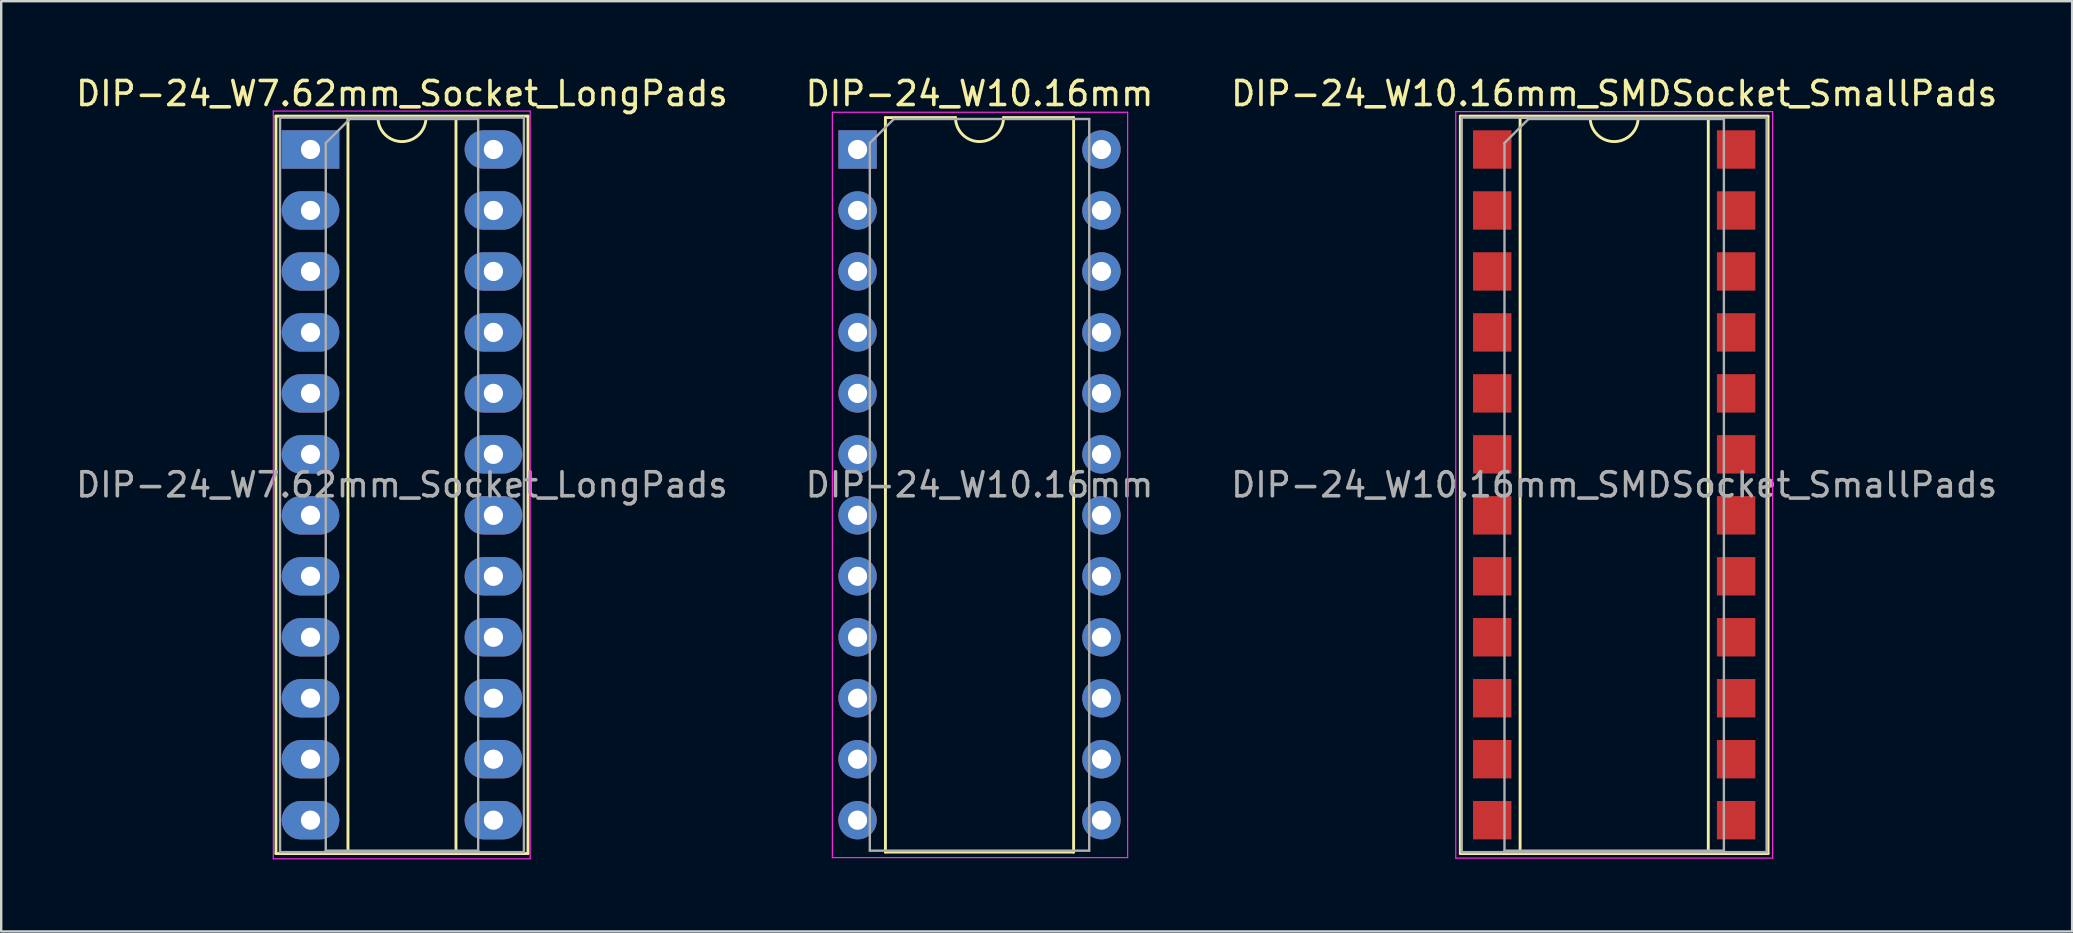
<source format=kicad_pcb>
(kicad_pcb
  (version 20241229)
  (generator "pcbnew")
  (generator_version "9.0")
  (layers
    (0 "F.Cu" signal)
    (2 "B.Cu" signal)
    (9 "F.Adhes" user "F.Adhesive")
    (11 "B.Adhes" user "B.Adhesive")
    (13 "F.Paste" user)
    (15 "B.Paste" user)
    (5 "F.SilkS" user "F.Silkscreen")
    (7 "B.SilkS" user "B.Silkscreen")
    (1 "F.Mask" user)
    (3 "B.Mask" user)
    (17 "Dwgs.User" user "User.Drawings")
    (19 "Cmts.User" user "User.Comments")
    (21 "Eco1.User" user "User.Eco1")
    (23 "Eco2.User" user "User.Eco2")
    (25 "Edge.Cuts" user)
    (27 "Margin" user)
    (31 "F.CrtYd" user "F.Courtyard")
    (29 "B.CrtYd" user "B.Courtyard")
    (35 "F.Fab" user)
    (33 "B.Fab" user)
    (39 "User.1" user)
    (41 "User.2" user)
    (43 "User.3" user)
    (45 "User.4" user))
  (footprint "DIP-24_W10.16mm_SMDSocket_SmallPads"
    (layer "F.Cu")
    (at 64.196 17.148)
    (property "Reference" "DIP-24_W10.16mm_SMDSocket_SmallPads" (at 0 -16.3 0) (layer "F.SilkS") (effects (font (size 1 1) (thickness 0.15))))
    (attr smd)
    (fp_line (start -6.41 -15.36) (end -6.41 15.36) (stroke (width 0.12) (type solid)) (layer "F.SilkS"))
    (fp_line (start -6.41 15.36) (end 6.41 15.36) (stroke (width 0.12) (type solid)) (layer "F.SilkS"))
    (fp_line (start -3.92 -15.3) (end -3.92 15.3) (stroke (width 0.12) (type solid)) (layer "F.SilkS"))
    (fp_line (start -3.92 15.3) (end 3.92 15.3) (stroke (width 0.12) (type solid)) (layer "F.SilkS"))
    (fp_line (start -1 -15.3) (end -3.92 -15.3) (stroke (width 0.12) (type solid)) (layer "F.SilkS"))
    (fp_line (start 3.92 -15.3) (end 1 -15.3) (stroke (width 0.12) (type solid)) (layer "F.SilkS"))
    (fp_line (start 3.92 15.3) (end 3.92 -15.3) (stroke (width 0.12) (type solid)) (layer "F.SilkS"))
    (fp_line (start 6.41 -15.36) (end -6.41 -15.36) (stroke (width 0.12) (type solid)) (layer "F.SilkS"))
    (fp_line (start 6.41 15.36) (end 6.41 -15.36) (stroke (width 0.12) (type solid)) (layer "F.SilkS"))
    (fp_arc (start 1 -15.3) (mid 0 -14.3) (end -1 -15.3) (stroke (width 0.12) (type solid)) (layer "F.SilkS"))
    (fp_line (start -6.6 -15.55) (end -6.6 15.55) (stroke (width 0.05) (type solid)) (layer "F.CrtYd"))
    (fp_line (start -6.6 15.55) (end 6.6 15.55) (stroke (width 0.05) (type solid)) (layer "F.CrtYd"))
    (fp_line (start 6.6 -15.55) (end -6.6 -15.55) (stroke (width 0.05) (type solid)) (layer "F.CrtYd"))
    (fp_line (start 6.6 15.55) (end 6.6 -15.55) (stroke (width 0.05) (type solid)) (layer "F.CrtYd"))
    (fp_line (start -6.35 -15.3) (end -6.35 15.3) (stroke (width 0.1) (type solid)) (layer "F.Fab"))
    (fp_line (start -6.35 15.3) (end 6.35 15.3) (stroke (width 0.1) (type solid)) (layer "F.Fab"))
    (fp_line (start -4.57 -14.24) (end -3.57 -15.24) (stroke (width 0.1) (type solid)) (layer "F.Fab"))
    (fp_line (start -4.57 15.24) (end -4.57 -14.24) (stroke (width 0.1) (type solid)) (layer "F.Fab"))
    (fp_line (start -3.57 -15.24) (end 4.57 -15.24) (stroke (width 0.1) (type solid)) (layer "F.Fab"))
    (fp_line (start 4.57 -15.24) (end 4.57 15.24) (stroke (width 0.1) (type solid)) (layer "F.Fab"))
    (fp_line (start 4.57 15.24) (end -4.57 15.24) (stroke (width 0.1) (type solid)) (layer "F.Fab"))
    (fp_line (start 6.35 -15.3) (end -6.35 -15.3) (stroke (width 0.1) (type solid)) (layer "F.Fab"))
    (fp_line (start 6.35 15.3) (end 6.35 -15.3) (stroke (width 0.1) (type solid)) (layer "F.Fab"))
    (fp_text user "${REFERENCE}" (at 0 0 0) (layer "F.Fab") (effects (font (size 1 1) (thickness 0.15))))
    (pad "1" smd rect (at -5.08 -13.97) (size 1.6 1.6) (layers "F.Cu" "F.Mask" "F.Paste"))
    (pad "2" smd rect (at -5.08 -11.43) (size 1.6 1.6) (layers "F.Cu" "F.Mask" "F.Paste"))
    (pad "3" smd rect (at -5.08 -8.89) (size 1.6 1.6) (layers "F.Cu" "F.Mask" "F.Paste"))
    (pad "4" smd rect (at -5.08 -6.35) (size 1.6 1.6) (layers "F.Cu" "F.Mask" "F.Paste"))
    (pad "5" smd rect (at -5.08 -3.81) (size 1.6 1.6) (layers "F.Cu" "F.Mask" "F.Paste"))
    (pad "6" smd rect (at -5.08 -1.27) (size 1.6 1.6) (layers "F.Cu" "F.Mask" "F.Paste"))
    (pad "7" smd rect (at -5.08 1.27) (size 1.6 1.6) (layers "F.Cu" "F.Mask" "F.Paste"))
    (pad "8" smd rect (at -5.08 3.81) (size 1.6 1.6) (layers "F.Cu" "F.Mask" "F.Paste"))
    (pad "9" smd rect (at -5.08 6.35) (size 1.6 1.6) (layers "F.Cu" "F.Mask" "F.Paste"))
    (pad "10" smd rect (at -5.08 8.89) (size 1.6 1.6) (layers "F.Cu" "F.Mask" "F.Paste"))
    (pad "11" smd rect (at -5.08 11.43) (size 1.6 1.6) (layers "F.Cu" "F.Mask" "F.Paste"))
    (pad "12" smd rect (at -5.08 13.97) (size 1.6 1.6) (layers "F.Cu" "F.Mask" "F.Paste"))
    (pad "13" smd rect (at 5.08 13.97) (size 1.6 1.6) (layers "F.Cu" "F.Mask" "F.Paste"))
    (pad "14" smd rect (at 5.08 11.43) (size 1.6 1.6) (layers "F.Cu" "F.Mask" "F.Paste"))
    (pad "15" smd rect (at 5.08 8.89) (size 1.6 1.6) (layers "F.Cu" "F.Mask" "F.Paste"))
    (pad "16" smd rect (at 5.08 6.35) (size 1.6 1.6) (layers "F.Cu" "F.Mask" "F.Paste"))
    (pad "17" smd rect (at 5.08 3.81) (size 1.6 1.6) (layers "F.Cu" "F.Mask" "F.Paste"))
    (pad "18" smd rect (at 5.08 1.27) (size 1.6 1.6) (layers "F.Cu" "F.Mask" "F.Paste"))
    (pad "19" smd rect (at 5.08 -1.27) (size 1.6 1.6) (layers "F.Cu" "F.Mask" "F.Paste"))
    (pad "20" smd rect (at 5.08 -3.81) (size 1.6 1.6) (layers "F.Cu" "F.Mask" "F.Paste"))
    (pad "21" smd rect (at 5.08 -6.35) (size 1.6 1.6) (layers "F.Cu" "F.Mask" "F.Paste"))
    (pad "22" smd rect (at 5.08 -8.89) (size 1.6 1.6) (layers "F.Cu" "F.Mask" "F.Paste"))
    (pad "23" smd rect (at 5.08 -11.43) (size 1.6 1.6) (layers "F.Cu" "F.Mask" "F.Paste"))
    (pad "24" smd rect (at 5.08 -13.97) (size 1.6 1.6) (layers "F.Cu" "F.Mask" "F.Paste")))
  (footprint "DIP-24_W10.16mm"
    (layer "F.Cu")
    (at 32.676 3.178)
    (property "Reference" "DIP-24_W10.16mm" (at 5.08 -2.33 0) (layer "F.SilkS") (effects (font (size 1 1) (thickness 0.15))))
    (attr through_hole)
    (fp_line (start 1.16 -1.33) (end 1.16 29.27) (stroke (width 0.12) (type solid)) (layer "F.SilkS"))
    (fp_line (start 1.16 29.27) (end 9 29.27) (stroke (width 0.12) (type solid)) (layer "F.SilkS"))
    (fp_line (start 4.08 -1.33) (end 1.16 -1.33) (stroke (width 0.12) (type solid)) (layer "F.SilkS"))
    (fp_line (start 9 -1.33) (end 6.08 -1.33) (stroke (width 0.12) (type solid)) (layer "F.SilkS"))
    (fp_line (start 9 29.27) (end 9 -1.33) (stroke (width 0.12) (type solid)) (layer "F.SilkS"))
    (fp_arc (start 6.08 -1.33) (mid 5.08 -0.33) (end 4.08 -1.33) (stroke (width 0.12) (type solid)) (layer "F.SilkS"))
    (fp_line (start -1.05 -1.55) (end -1.05 29.5) (stroke (width 0.05) (type solid)) (layer "F.CrtYd"))
    (fp_line (start -1.05 29.5) (end 11.25 29.5) (stroke (width 0.05) (type solid)) (layer "F.CrtYd"))
    (fp_line (start 11.25 -1.55) (end -1.05 -1.55) (stroke (width 0.05) (type solid)) (layer "F.CrtYd"))
    (fp_line (start 11.25 29.5) (end 11.25 -1.55) (stroke (width 0.05) (type solid)) (layer "F.CrtYd"))
    (fp_line (start 0.51 -0.27) (end 1.51 -1.27) (stroke (width 0.1) (type solid)) (layer "F.Fab"))
    (fp_line (start 0.51 29.21) (end 0.51 -0.27) (stroke (width 0.1) (type solid)) (layer "F.Fab"))
    (fp_line (start 1.51 -1.27) (end 9.65 -1.27) (stroke (width 0.1) (type solid)) (layer "F.Fab"))
    (fp_line (start 9.65 -1.27) (end 9.65 29.21) (stroke (width 0.1) (type solid)) (layer "F.Fab"))
    (fp_line (start 9.65 29.21) (end 0.51 29.21) (stroke (width 0.1) (type solid)) (layer "F.Fab"))
    (fp_text user "${REFERENCE}" (at 5.08 13.97 0) (layer "F.Fab") (effects (font (size 1 1) (thickness 0.15))))
    (pad "1" thru_hole rect (at 0 0) (size 1.6 1.6) (drill 0.8) (layers "*.Cu" "*.Mask"))
    (pad "2" thru_hole oval (at 0 2.54) (size 1.6 1.6) (drill 0.8) (layers "*.Cu" "*.Mask"))
    (pad "3" thru_hole oval (at 0 5.08) (size 1.6 1.6) (drill 0.8) (layers "*.Cu" "*.Mask"))
    (pad "4" thru_hole oval (at 0 7.62) (size 1.6 1.6) (drill 0.8) (layers "*.Cu" "*.Mask"))
    (pad "5" thru_hole oval (at 0 10.16) (size 1.6 1.6) (drill 0.8) (layers "*.Cu" "*.Mask"))
    (pad "6" thru_hole oval (at 0 12.7) (size 1.6 1.6) (drill 0.8) (layers "*.Cu" "*.Mask"))
    (pad "7" thru_hole oval (at 0 15.24) (size 1.6 1.6) (drill 0.8) (layers "*.Cu" "*.Mask"))
    (pad "8" thru_hole oval (at 0 17.78) (size 1.6 1.6) (drill 0.8) (layers "*.Cu" "*.Mask"))
    (pad "9" thru_hole oval (at 0 20.32) (size 1.6 1.6) (drill 0.8) (layers "*.Cu" "*.Mask"))
    (pad "10" thru_hole oval (at 0 22.86) (size 1.6 1.6) (drill 0.8) (layers "*.Cu" "*.Mask"))
    (pad "11" thru_hole oval (at 0 25.4) (size 1.6 1.6) (drill 0.8) (layers "*.Cu" "*.Mask"))
    (pad "12" thru_hole oval (at 0 27.94) (size 1.6 1.6) (drill 0.8) (layers "*.Cu" "*.Mask"))
    (pad "13" thru_hole oval (at 10.16 27.94) (size 1.6 1.6) (drill 0.8) (layers "*.Cu" "*.Mask"))
    (pad "14" thru_hole oval (at 10.16 25.4) (size 1.6 1.6) (drill 0.8) (layers "*.Cu" "*.Mask"))
    (pad "15" thru_hole oval (at 10.16 22.86) (size 1.6 1.6) (drill 0.8) (layers "*.Cu" "*.Mask"))
    (pad "16" thru_hole oval (at 10.16 20.32) (size 1.6 1.6) (drill 0.8) (layers "*.Cu" "*.Mask"))
    (pad "17" thru_hole oval (at 10.16 17.78) (size 1.6 1.6) (drill 0.8) (layers "*.Cu" "*.Mask"))
    (pad "18" thru_hole oval (at 10.16 15.24) (size 1.6 1.6) (drill 0.8) (layers "*.Cu" "*.Mask"))
    (pad "19" thru_hole oval (at 10.16 12.7) (size 1.6 1.6) (drill 0.8) (layers "*.Cu" "*.Mask"))
    (pad "20" thru_hole oval (at 10.16 10.16) (size 1.6 1.6) (drill 0.8) (layers "*.Cu" "*.Mask"))
    (pad "21" thru_hole oval (at 10.16 7.62) (size 1.6 1.6) (drill 0.8) (layers "*.Cu" "*.Mask"))
    (pad "22" thru_hole oval (at 10.16 5.08) (size 1.6 1.6) (drill 0.8) (layers "*.Cu" "*.Mask"))
    (pad "23" thru_hole oval (at 10.16 2.54) (size 1.6 1.6) (drill 0.8) (layers "*.Cu" "*.Mask"))
    (pad "24" thru_hole oval (at 10.16 0) (size 1.6 1.6) (drill 0.8) (layers "*.Cu" "*.Mask")))
  (footprint "DIP-24_W7.62mm_Socket_LongPads"
    (layer "F.Cu")
    (at 9.886 3.178)
    (property "Reference" "DIP-24_W7.62mm_Socket_LongPads" (at 3.81 -2.33 0) (layer "F.SilkS") (effects (font (size 1 1) (thickness 0.15))))
    (attr through_hole)
    (fp_line (start -1.44 -1.39) (end -1.44 29.33) (stroke (width 0.12) (type solid)) (layer "F.SilkS"))
    (fp_line (start -1.44 29.33) (end 9.06 29.33) (stroke (width 0.12) (type solid)) (layer "F.SilkS"))
    (fp_line (start 1.56 -1.33) (end 1.56 29.27) (stroke (width 0.12) (type solid)) (layer "F.SilkS"))
    (fp_line (start 1.56 29.27) (end 6.06 29.27) (stroke (width 0.12) (type solid)) (layer "F.SilkS"))
    (fp_line (start 2.81 -1.33) (end 1.56 -1.33) (stroke (width 0.12) (type solid)) (layer "F.SilkS"))
    (fp_line (start 6.06 -1.33) (end 4.81 -1.33) (stroke (width 0.12) (type solid)) (layer "F.SilkS"))
    (fp_line (start 6.06 29.27) (end 6.06 -1.33) (stroke (width 0.12) (type solid)) (layer "F.SilkS"))
    (fp_line (start 9.06 -1.39) (end -1.44 -1.39) (stroke (width 0.12) (type solid)) (layer "F.SilkS"))
    (fp_line (start 9.06 29.33) (end 9.06 -1.39) (stroke (width 0.12) (type solid)) (layer "F.SilkS"))
    (fp_arc (start 4.81 -1.33) (mid 3.81 -0.33) (end 2.81 -1.33) (stroke (width 0.12) (type solid)) (layer "F.SilkS"))
    (fp_line (start -1.55 -1.6) (end -1.55 29.55) (stroke (width 0.05) (type solid)) (layer "F.CrtYd"))
    (fp_line (start -1.55 29.55) (end 9.15 29.55) (stroke (width 0.05) (type solid)) (layer "F.CrtYd"))
    (fp_line (start 9.15 -1.6) (end -1.55 -1.6) (stroke (width 0.05) (type solid)) (layer "F.CrtYd"))
    (fp_line (start 9.15 29.55) (end 9.15 -1.6) (stroke (width 0.05) (type solid)) (layer "F.CrtYd"))
    (fp_line (start -1.27 -1.33) (end -1.27 29.27) (stroke (width 0.1) (type solid)) (layer "F.Fab"))
    (fp_line (start -1.27 29.27) (end 8.89 29.27) (stroke (width 0.1) (type solid)) (layer "F.Fab"))
    (fp_line (start 0.635 -0.27) (end 1.635 -1.27) (stroke (width 0.1) (type solid)) (layer "F.Fab"))
    (fp_line (start 0.635 29.21) (end 0.635 -0.27) (stroke (width 0.1) (type solid)) (layer "F.Fab"))
    (fp_line (start 1.635 -1.27) (end 6.985 -1.27) (stroke (width 0.1) (type solid)) (layer "F.Fab"))
    (fp_line (start 6.985 -1.27) (end 6.985 29.21) (stroke (width 0.1) (type solid)) (layer "F.Fab"))
    (fp_line (start 6.985 29.21) (end 0.635 29.21) (stroke (width 0.1) (type solid)) (layer "F.Fab"))
    (fp_line (start 8.89 -1.33) (end -1.27 -1.33) (stroke (width 0.1) (type solid)) (layer "F.Fab"))
    (fp_line (start 8.89 29.27) (end 8.89 -1.33) (stroke (width 0.1) (type solid)) (layer "F.Fab"))
    (fp_text user "${REFERENCE}" (at 3.81 13.97 0) (layer "F.Fab") (effects (font (size 1 1) (thickness 0.15))))
    (pad "1" thru_hole rect (at 0 0) (size 2.4 1.6) (drill 0.8) (layers "*.Cu" "*.Mask"))
    (pad "2" thru_hole oval (at 0 2.54) (size 2.4 1.6) (drill 0.8) (layers "*.Cu" "*.Mask"))
    (pad "3" thru_hole oval (at 0 5.08) (size 2.4 1.6) (drill 0.8) (layers "*.Cu" "*.Mask"))
    (pad "4" thru_hole oval (at 0 7.62) (size 2.4 1.6) (drill 0.8) (layers "*.Cu" "*.Mask"))
    (pad "5" thru_hole oval (at 0 10.16) (size 2.4 1.6) (drill 0.8) (layers "*.Cu" "*.Mask"))
    (pad "6" thru_hole oval (at 0 12.7) (size 2.4 1.6) (drill 0.8) (layers "*.Cu" "*.Mask"))
    (pad "7" thru_hole oval (at 0 15.24) (size 2.4 1.6) (drill 0.8) (layers "*.Cu" "*.Mask"))
    (pad "8" thru_hole oval (at 0 17.78) (size 2.4 1.6) (drill 0.8) (layers "*.Cu" "*.Mask"))
    (pad "9" thru_hole oval (at 0 20.32) (size 2.4 1.6) (drill 0.8) (layers "*.Cu" "*.Mask"))
    (pad "10" thru_hole oval (at 0 22.86) (size 2.4 1.6) (drill 0.8) (layers "*.Cu" "*.Mask"))
    (pad "11" thru_hole oval (at 0 25.4) (size 2.4 1.6) (drill 0.8) (layers "*.Cu" "*.Mask"))
    (pad "12" thru_hole oval (at 0 27.94) (size 2.4 1.6) (drill 0.8) (layers "*.Cu" "*.Mask"))
    (pad "13" thru_hole oval (at 7.62 27.94) (size 2.4 1.6) (drill 0.8) (layers "*.Cu" "*.Mask"))
    (pad "14" thru_hole oval (at 7.62 25.4) (size 2.4 1.6) (drill 0.8) (layers "*.Cu" "*.Mask"))
    (pad "15" thru_hole oval (at 7.62 22.86) (size 2.4 1.6) (drill 0.8) (layers "*.Cu" "*.Mask"))
    (pad "16" thru_hole oval (at 7.62 20.32) (size 2.4 1.6) (drill 0.8) (layers "*.Cu" "*.Mask"))
    (pad "17" thru_hole oval (at 7.62 17.78) (size 2.4 1.6) (drill 0.8) (layers "*.Cu" "*.Mask"))
    (pad "18" thru_hole oval (at 7.62 15.24) (size 2.4 1.6) (drill 0.8) (layers "*.Cu" "*.Mask"))
    (pad "19" thru_hole oval (at 7.62 12.7) (size 2.4 1.6) (drill 0.8) (layers "*.Cu" "*.Mask"))
    (pad "20" thru_hole oval (at 7.62 10.16) (size 2.4 1.6) (drill 0.8) (layers "*.Cu" "*.Mask"))
    (pad "21" thru_hole oval (at 7.62 7.62) (size 2.4 1.6) (drill 0.8) (layers "*.Cu" "*.Mask"))
    (pad "22" thru_hole oval (at 7.62 5.08) (size 2.4 1.6) (drill 0.8) (layers "*.Cu" "*.Mask"))
    (pad "23" thru_hole oval (at 7.62 2.54) (size 2.4 1.6) (drill 0.8) (layers "*.Cu" "*.Mask"))
    (pad "24" thru_hole oval (at 7.62 0) (size 2.4 1.6) (drill 0.8) (layers "*.Cu" "*.Mask")))
  (gr_rect
    (start -3 -3)
    (end 83.274 35.753)
    (stroke (width 0.1) (type default))
    (fill no)
    (layer "Edge.Cuts")))
</source>
